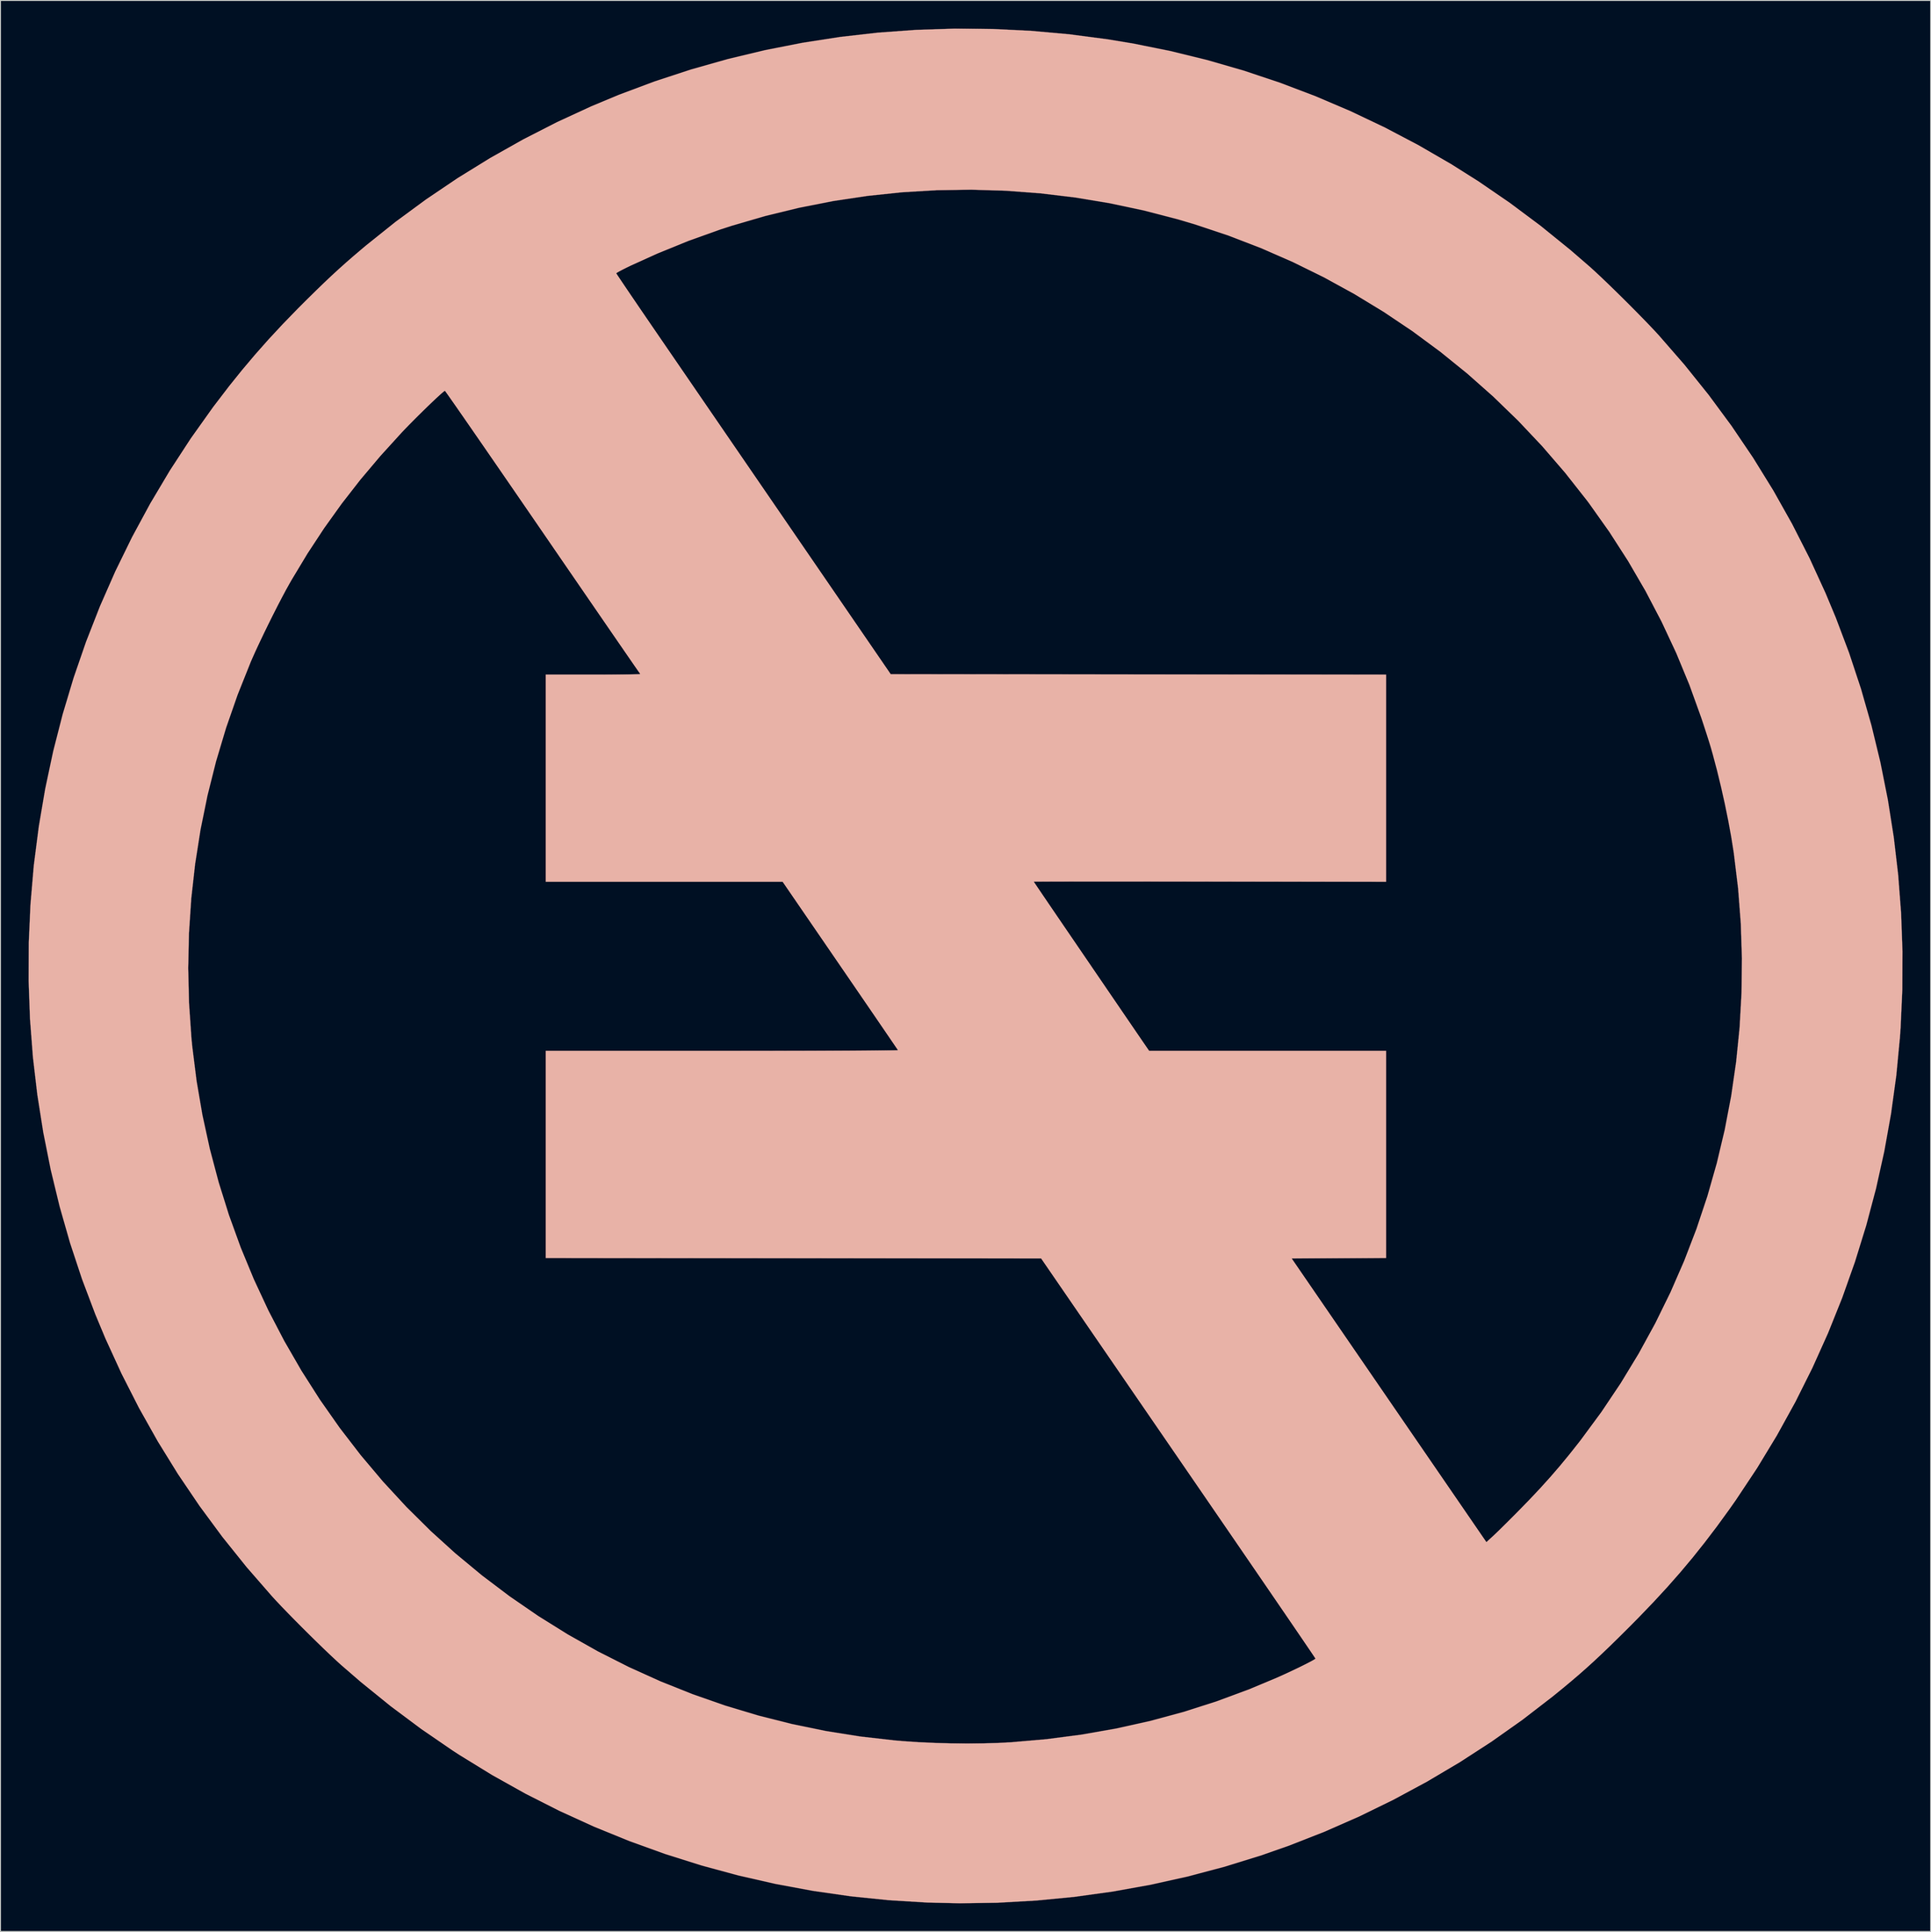
<source format=kicad_pcb>
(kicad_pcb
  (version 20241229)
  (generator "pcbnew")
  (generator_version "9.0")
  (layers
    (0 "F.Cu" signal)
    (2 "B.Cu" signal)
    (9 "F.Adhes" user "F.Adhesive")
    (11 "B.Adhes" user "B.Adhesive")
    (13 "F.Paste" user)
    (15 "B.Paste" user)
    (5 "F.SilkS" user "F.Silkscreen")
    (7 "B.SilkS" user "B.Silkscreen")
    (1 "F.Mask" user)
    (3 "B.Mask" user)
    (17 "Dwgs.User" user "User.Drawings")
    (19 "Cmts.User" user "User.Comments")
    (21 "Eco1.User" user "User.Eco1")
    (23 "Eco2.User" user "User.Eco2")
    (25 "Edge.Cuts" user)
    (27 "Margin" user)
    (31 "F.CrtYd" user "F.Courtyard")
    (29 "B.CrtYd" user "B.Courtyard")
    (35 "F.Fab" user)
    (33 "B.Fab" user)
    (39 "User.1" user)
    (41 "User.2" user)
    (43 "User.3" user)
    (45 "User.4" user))
  (footprint "unequal_20x20_B"
    (layer "F.Cu")
    (at 99.963 99.972)
    (property "Reference" "unequal_20x20_B" (at 0 0 0) (layer "B.SilkS") (effects (font (size 1.524 1.524) (thickness 0.3))))
    (attr through_hole)
    (fp_poly (pts (xy 2.884 -99.933) (xy 6.969 -99.734) (xy 11.05 -99.368) (xy 15.123 -98.836) (xy 17.907 -98.375) (xy 21.865 -97.576) (xy 25.794 -96.613) (xy 29.685 -95.488) (xy 33.531 -94.204) (xy 37.325 -92.764) (xy 41.06 -91.172) (xy 44.727 -89.429) (xy 48.32 -87.539) (xy 51.83 -85.506) (xy 54.737 -83.671) (xy 58.071 -81.385) (xy 61.332 -78.952) (xy 64.524 -76.367) (xy 66.633 -74.544) (xy 67.162 -74.063) (xy 67.785 -73.481) (xy 68.48 -72.817) (xy 69.226 -72.094) (xy 70.001 -71.333) (xy 70.782 -70.556) (xy 71.55 -69.783) (xy 72.281 -69.038) (xy 72.955 -68.34) (xy 73.549 -67.712) (xy 73.958 -67.268) (xy 76.695 -64.126) (xy 79.285 -60.9) (xy 81.728 -57.59) (xy 84.025 -54.195) (xy 86.176 -50.715) (xy 88.182 -47.148) (xy 90.042 -43.494) (xy 91.757 -39.753) (xy 92.837 -37.169) (xy 94.264 -33.393) (xy 95.534 -29.556) (xy 96.647 -25.665) (xy 97.602 -21.727) (xy 98.397 -17.748) (xy 99.032 -13.735) (xy 99.505 -9.694) (xy 99.816 -5.633) (xy 99.963 -1.557) (xy 99.946 2.526) (xy 99.763 6.61) (xy 99.692 7.62) (xy 99.301 11.699) (xy 98.744 15.749) (xy 98.023 19.764) (xy 97.14 23.74) (xy 96.096 27.673) (xy 94.894 31.556) (xy 93.536 35.386) (xy 92.022 39.157) (xy 90.354 42.865) (xy 88.535 46.505) (xy 86.566 50.072) (xy 84.449 53.562) (xy 82.186 56.968) (xy 81.462 57.997) (xy 80.159 59.788) (xy 78.87 61.482) (xy 77.573 63.109) (xy 76.242 64.696) (xy 74.853 66.272) (xy 73.384 67.864) (xy 71.808 69.502) (xy 70.828 70.492) (xy 69.784 71.53) (xy 68.832 72.464) (xy 67.948 73.312) (xy 67.111 74.097) (xy 66.296 74.838) (xy 65.484 75.555) (xy 64.649 76.269) (xy 63.771 77.001) (xy 62.826 77.771) (xy 62.611 77.944) (xy 59.418 80.405) (xy 56.115 82.739) (xy 52.712 84.943) (xy 49.218 87.011) (xy 45.64 88.939) (xy 41.988 90.722) (xy 38.271 92.354) (xy 34.497 93.832) (xy 31.527 94.872) (xy 27.627 96.078) (xy 23.678 97.125) (xy 19.688 98.01) (xy 15.664 98.732) (xy 11.614 99.292) (xy 7.547 99.686) (xy 3.469 99.915) (xy -0.61 99.977) (xy -4.064 99.899) (xy -8.156 99.649) (xy -12.225 99.234) (xy -16.265 98.654) (xy -20.272 97.911) (xy -24.239 97.007) (xy -28.163 95.943) (xy -32.039 94.721) (xy -35.86 93.342) (xy -39.623 91.809) (xy -43.322 90.122) (xy -46.953 88.283) (xy -50.51 86.295) (xy -53.988 84.158) (xy -54.737 83.671) (xy -58.071 81.385) (xy -61.332 78.952) (xy -64.524 76.367) (xy -66.633 74.544) (xy -67.162 74.063) (xy -67.785 73.481) (xy -68.48 72.817) (xy -69.226 72.094) (xy -70.001 71.333) (xy -70.782 70.556) (xy -71.55 69.783) (xy -72.281 69.038) (xy -72.955 68.34) (xy -73.549 67.712) (xy -73.958 67.268) (xy -76.695 64.126) (xy -79.285 60.899) (xy -81.729 57.588) (xy -84.027 54.192) (xy -86.178 50.711) (xy -88.184 47.143) (xy -90.045 43.488) (xy -91.76 39.746) (xy -92.837 37.169) (xy -94.264 33.393) (xy -95.533 29.558) (xy -96.646 25.67) (xy -97.599 21.735) (xy -98.393 17.761) (xy -99.027 13.753) (xy -99.5 9.718) (xy -99.811 5.664) (xy -99.958 1.596) (xy -99.953 0.233) (xy -82.934 0.233) (xy -82.846 3.961) (xy -82.589 7.691) (xy -82.501 8.594) (xy -82.041 12.269) (xy -81.416 15.91) (xy -80.63 19.513) (xy -79.686 23.07) (xy -78.586 26.578) (xy -77.334 30.03) (xy -75.932 33.42) (xy -74.383 36.745) (xy -72.689 39.997) (xy -70.855 43.172) (xy -68.882 46.265) (xy -66.773 49.269) (xy -64.532 52.179) (xy -62.16 54.99) (xy -59.661 57.697) (xy -57.038 60.294) (xy -54.445 62.644) (xy -51.587 65.013) (xy -48.629 67.247) (xy -45.578 69.343) (xy -42.44 71.299) (xy -39.22 73.113) (xy -35.924 74.781) (xy -32.559 76.302) (xy -29.13 77.672) (xy -25.643 78.891) (xy -22.105 79.954) (xy -18.52 80.859) (xy -14.895 81.605) (xy -11.236 82.188) (xy -7.549 82.606) (xy -6.694 82.679) (xy -5.057 82.79) (xy -3.337 82.87) (xy -1.575 82.919) (xy 0.186 82.935) (xy 1.902 82.92) (xy 3.532 82.872) (xy 4.845 82.803) (xy 8.638 82.475) (xy 12.372 81.989) (xy 16.051 81.343) (xy 19.677 80.538) (xy 23.252 79.571) (xy 26.779 78.444) (xy 30.26 77.155) (xy 33.161 75.942) (xy 33.764 75.673) (xy 34.377 75.392) (xy 34.98 75.109) (xy 35.555 74.833) (xy 36.081 74.574) (xy 36.54 74.342) (xy 36.912 74.146) (xy 37.177 73.996) (xy 37.317 73.901) (xy 37.334 73.878) (xy 37.286 73.802) (xy 37.146 73.592) (xy 36.918 73.252) (xy 36.604 72.79) (xy 36.209 72.209) (xy 35.737 71.516) (xy 35.191 70.715) (xy 34.575 69.813) (xy 33.892 68.814) (xy 33.146 67.724) (xy 32.341 66.548) (xy 31.481 65.292) (xy 30.569 63.961) (xy 29.608 62.56) (xy 28.604 61.095) (xy 27.558 59.571) (xy 26.475 57.994) (xy 25.36 56.368) (xy 24.214 54.7) (xy 23.042 52.994) (xy 22.698 52.493) (xy 8.067 31.2) (xy -44.789 31.157) (xy -44.789 9.059) (xy -25.986 9.059) (xy -24.214 9.059) (xy -22.488 9.058) (xy -20.816 9.057) (xy -19.204 9.054) (xy -17.66 9.052) (xy -16.192 9.049) (xy -14.807 9.045) (xy -13.513 9.041) (xy -12.318 9.037) (xy -11.229 9.032) (xy -10.254 9.027) (xy -9.401 9.021) (xy -8.676 9.015) (xy -8.088 9.009) (xy -7.644 9.003) (xy -7.351 8.996) (xy -7.218 8.99) (xy -7.211 8.987) (xy -7.261 8.91) (xy -7.402 8.701) (xy -7.627 8.37) (xy -7.931 7.924) (xy -8.308 7.371) (xy -8.752 6.721) (xy -9.258 5.981) (xy -9.819 5.16) (xy -10.431 4.266) (xy -11.088 3.308) (xy -11.783 2.293) (xy -12.511 1.231) (xy -13.267 0.129) (xy -13.376 -0.03) (xy -19.513 -8.975) (xy -44.789 -8.975) (xy -44.789 -31.073) (xy -39.751 -31.073) (xy -38.845 -31.074) (xy -37.991 -31.076) (xy -37.204 -31.081) (xy -36.499 -31.086) (xy -35.89 -31.093) (xy -35.393 -31.101) (xy -35.021 -31.11) (xy -34.79 -31.12) (xy -34.713 -31.13) (xy -34.763 -31.232) (xy -34.832 -31.32) (xy -34.891 -31.402) (xy -35.041 -31.617) (xy -35.278 -31.958) (xy -35.597 -32.42) (xy -35.994 -32.996) (xy -36.465 -33.679) (xy -37.005 -34.462) (xy -37.61 -35.341) (xy -38.275 -36.307) (xy -38.995 -37.354) (xy -39.767 -38.477) (xy -40.586 -39.668) (xy -41.447 -40.921) (xy -42.346 -42.229) (xy -43.279 -43.587) (xy -44.24 -44.987) (xy -45.208 -46.397) (xy -46.193 -47.832) (xy -47.153 -49.228) (xy -48.083 -50.581) (xy -48.98 -51.884) (xy -49.838 -53.13) (xy -50.654 -54.313) (xy -51.422 -55.427) (xy -52.14 -56.465) (xy -52.801 -57.421) (xy -53.402 -58.288) (xy -53.938 -59.06) (xy -54.404 -59.731) (xy -54.798 -60.294) (xy -55.113 -60.743) (xy -55.345 -61.071) (xy -55.491 -61.273) (xy -55.546 -61.341) (xy -55.642 -61.283) (xy -55.841 -61.119) (xy -56.13 -60.862) (xy -56.491 -60.529) (xy -56.911 -60.132) (xy -57.375 -59.688) (xy -57.867 -59.209) (xy -58.372 -58.711) (xy -58.875 -58.209) (xy -59.362 -57.716) (xy -59.817 -57.247) (xy -60.151 -56.896) (xy -62.432 -54.388) (xy -64.561 -51.866) (xy -66.554 -49.308) (xy -68.43 -46.69) (xy -70.205 -43.99) (xy -71.896 -41.184) (xy -72.135 -40.767) (xy -72.518 -40.078) (xy -72.952 -39.265) (xy -73.422 -38.36) (xy -73.912 -37.394) (xy -74.407 -36.399) (xy -74.89 -35.406) (xy -75.347 -34.448) (xy -75.762 -33.555) (xy -76.118 -32.76) (xy -76.262 -32.427) (xy -77.659 -28.932) (xy -78.893 -25.393) (xy -79.964 -21.814) (xy -80.872 -18.2) (xy -81.616 -14.556) (xy -82.194 -10.886) (xy -82.607 -7.195) (xy -82.854 -3.487) (xy -82.934 0.233) (xy -99.953 0.233) (xy -99.942 -2.479) (xy -99.761 -6.554) (xy -99.414 -10.622) (xy -99.395 -10.795) (xy -98.873 -14.865) (xy -98.186 -18.898) (xy -97.336 -22.89) (xy -96.325 -26.836) (xy -95.156 -30.733) (xy -93.828 -34.575) (xy -92.346 -38.36) (xy -90.709 -42.081) (xy -88.92 -45.736) (xy -86.981 -49.319) (xy -84.893 -52.827) (xy -82.658 -56.255) (xy -80.278 -59.599) (xy -78.554 -61.852) (xy -77.182 -63.556) (xy -75.792 -65.202) (xy -74.357 -66.822) (xy -72.848 -68.445) (xy -71.237 -70.105) (xy -70.218 -71.123) (xy -69.28 -72.044) (xy -68.428 -72.868) (xy -67.632 -73.62) (xy -67.358 -73.872) (xy -37.263 -73.872) (xy -37.215 -73.791) (xy -37.077 -73.581) (xy -36.857 -73.251) (xy -36.561 -72.811) (xy -36.196 -72.271) (xy -35.769 -71.64) (xy -35.285 -70.93) (xy -34.753 -70.148) (xy -34.178 -69.307) (xy -33.567 -68.414) (xy -32.928 -67.481) (xy -32.811 -67.31) (xy -32.309 -66.579) (xy -31.719 -65.718) (xy -31.047 -64.74) (xy -30.302 -63.653) (xy -29.491 -62.471) (xy -28.621 -61.202) (xy -27.699 -59.858) (xy -26.732 -58.449) (xy -25.729 -56.986) (xy -24.696 -55.48) (xy -23.641 -53.942) (xy -22.571 -52.382) (xy -21.493 -50.811) (xy -20.415 -49.24) (xy -19.344 -47.679) (xy -18.288 -46.139) (xy -18.175 -45.974) (xy -7.982 -31.115) (xy 18.445 -31.094) (xy 44.873 -31.072) (xy 44.873 -8.974) (xy 26.077 -8.995) (xy 24.306 -8.997) (xy 22.58 -8.999) (xy 20.907 -9) (xy 19.294 -9.001) (xy 17.749 -9.002) (xy 16.28 -9.002) (xy 14.894 -9.002) (xy 13.599 -9.002) (xy 12.403 -9.002) (xy 11.312 -9.001) (xy 10.336 -9) (xy 9.48 -8.999) (xy 8.754 -8.997) (xy 8.164 -8.995) (xy 7.718 -8.993) (xy 7.424 -8.991) (xy 7.29 -8.988) (xy 7.281 -8.987) (xy 7.328 -8.914) (xy 7.462 -8.712) (xy 7.677 -8.393) (xy 7.964 -7.969) (xy 8.316 -7.449) (xy 8.726 -6.847) (xy 9.185 -6.172) (xy 9.686 -5.437) (xy 10.221 -4.652) (xy 10.614 -4.076) (xy 11.25 -3.145) (xy 11.92 -2.164) (xy 12.607 -1.157) (xy 13.296 -0.149) (xy 13.969 0.838) (xy 14.612 1.779) (xy 15.206 2.65) (xy 15.737 3.428) (xy 16.172 4.064) (xy 16.649 4.763) (xy 17.118 5.45) (xy 17.566 6.105) (xy 17.979 6.71) (xy 18.345 7.245) (xy 18.65 7.691) (xy 18.882 8.03) (xy 18.993 8.191) (xy 19.59 9.059) (xy 44.873 9.059) (xy 44.873 31.156) (xy 39.835 31.178) (xy 34.797 31.2) (xy 45.184 46.329) (xy 55.572 61.458) (xy 56.298 60.793) (xy 56.541 60.564) (xy 56.881 60.236) (xy 57.296 59.829) (xy 57.765 59.365) (xy 58.266 58.865) (xy 58.778 58.351) (xy 58.975 58.152) (xy 60.214 56.88) (xy 61.347 55.675) (xy 62.406 54.501) (xy 63.422 53.324) (xy 64.424 52.108) (xy 65.444 50.819) (xy 65.624 50.587) (xy 67.838 47.586) (xy 69.905 44.503) (xy 71.824 41.343) (xy 73.593 38.112) (xy 75.212 34.813) (xy 76.678 31.452) (xy 77.992 28.033) (xy 79.151 24.562) (xy 80.154 21.043) (xy 81.001 17.48) (xy 81.689 13.879) (xy 82.217 10.244) (xy 82.586 6.58) (xy 82.792 2.892) (xy 82.835 -0.816) (xy 82.714 -4.538) (xy 82.427 -8.27) (xy 81.973 -12.007) (xy 81.952 -12.15) (xy 81.694 -13.772) (xy 81.377 -15.501) (xy 81.012 -17.291) (xy 80.609 -19.094) (xy 80.178 -20.863) (xy 79.73 -22.551) (xy 79.547 -23.199) (xy 79.435 -23.573) (xy 79.279 -24.073) (xy 79.092 -24.662) (xy 78.883 -25.306) (xy 78.665 -25.969) (xy 78.488 -26.501) (xy 77.238 -29.961) (xy 75.829 -33.368) (xy 74.265 -36.712) (xy 72.551 -39.986) (xy 70.691 -43.183) (xy 68.689 -46.293) (xy 66.549 -49.31) (xy 66.289 -49.657) (xy 63.967 -52.604) (xy 61.526 -55.433) (xy 58.97 -58.14) (xy 56.304 -60.723) (xy 53.531 -63.179) (xy 50.656 -65.505) (xy 47.684 -67.699) (xy 44.618 -69.756) (xy 41.462 -71.674) (xy 38.222 -73.451) (xy 34.9 -75.084) (xy 31.502 -76.569) (xy 28.031 -77.904) (xy 24.492 -79.085) (xy 22.632 -79.637) (xy 19.01 -80.577) (xy 15.362 -81.351) (xy 11.693 -81.959) (xy 8.01 -82.401) (xy 4.316 -82.678) (xy 0.617 -82.789) (xy -3.081 -82.734) (xy -6.773 -82.514) (xy -10.453 -82.129) (xy -14.118 -81.579) (xy -17.76 -80.863) (xy -21.375 -79.983) (xy -24.958 -78.938) (xy -26.204 -78.533) (xy -29.555 -77.333) (xy -32.88 -75.98) (xy -35.718 -74.694) (xy -36.187 -74.467) (xy -36.599 -74.26) (xy -36.93 -74.085) (xy -37.158 -73.954) (xy -37.26 -73.88) (xy -37.263 -73.872) (xy -67.358 -73.872) (xy -66.864 -74.326) (xy -66.096 -75.013) (xy -65.298 -75.708) (xy -64.44 -76.437) (xy -63.966 -76.835) (xy -60.814 -79.357) (xy -57.551 -81.755) (xy -54.188 -84.024) (xy -50.733 -86.157) (xy -47.196 -88.149) (xy -43.588 -89.993) (xy -39.919 -91.685) (xy -36.992 -92.906) (xy -33.163 -94.339) (xy -29.284 -95.611) (xy -25.362 -96.721) (xy -21.401 -97.67) (xy -17.406 -98.456) (xy -13.383 -99.08) (xy -9.338 -99.54) (xy -5.275 -99.835) (xy -1.199 -99.967) (xy 2.884 -99.933)) (stroke (width 0.01) (type solid)) (fill yes) (layer "B.SilkS")))
  (gr_rect
    (start -3 -3)
    (end 202.931 202.954)
    (stroke (width 0.1) (type default))
    (fill no)
    (layer "Edge.Cuts")))
</source>
